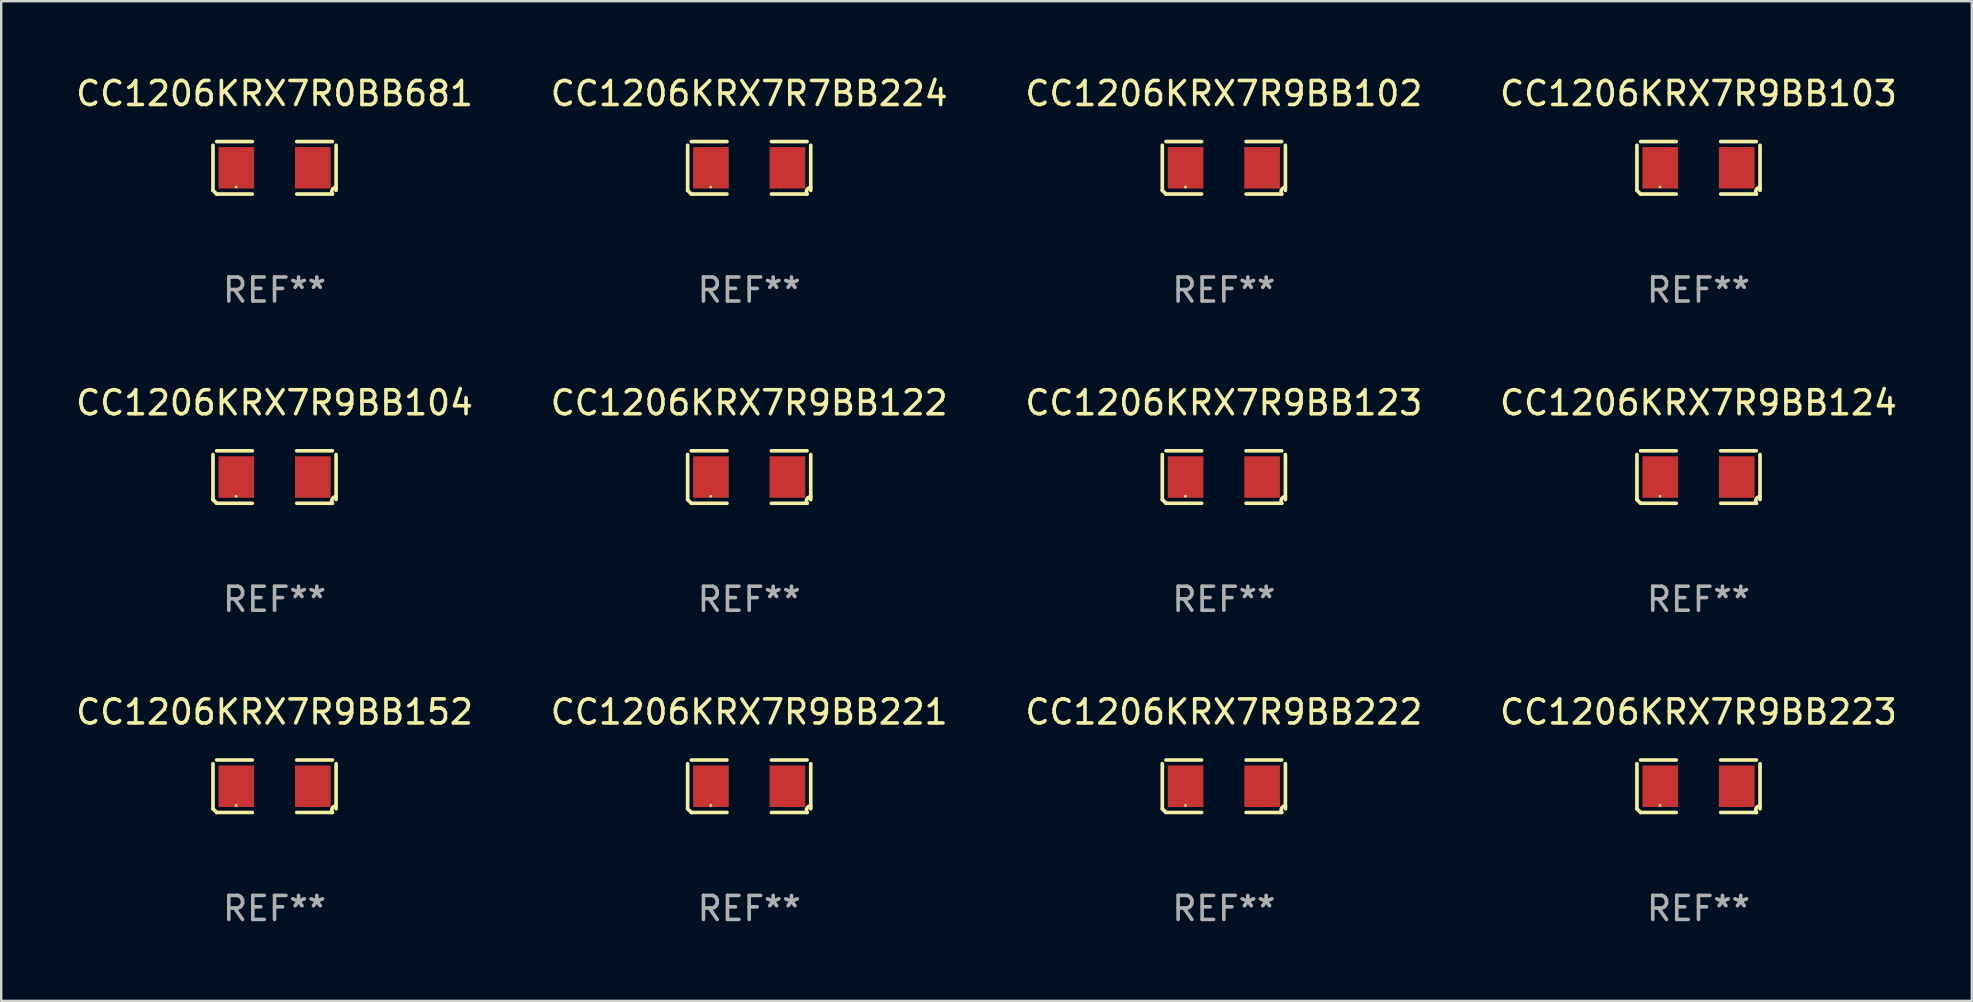
<source format=kicad_pcb>
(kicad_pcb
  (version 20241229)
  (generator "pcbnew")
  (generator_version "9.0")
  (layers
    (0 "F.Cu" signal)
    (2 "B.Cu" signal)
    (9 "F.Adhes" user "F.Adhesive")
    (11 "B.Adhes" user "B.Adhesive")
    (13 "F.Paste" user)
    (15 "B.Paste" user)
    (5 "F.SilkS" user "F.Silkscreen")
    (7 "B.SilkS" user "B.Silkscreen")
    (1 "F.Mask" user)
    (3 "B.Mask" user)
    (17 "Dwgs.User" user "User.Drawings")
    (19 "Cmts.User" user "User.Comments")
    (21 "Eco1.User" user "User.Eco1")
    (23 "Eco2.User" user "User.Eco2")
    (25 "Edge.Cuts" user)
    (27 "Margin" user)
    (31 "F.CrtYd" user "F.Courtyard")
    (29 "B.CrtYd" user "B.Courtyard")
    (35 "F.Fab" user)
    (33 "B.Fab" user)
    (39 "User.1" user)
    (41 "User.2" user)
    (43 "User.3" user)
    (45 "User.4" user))
  (footprint "CC1206KRX7R0BB681"
    (layer "F.Cu")
    (at 8.387 3.941)
    (property "Reference" "CC1206KRX7R0BB681" (at 0 -3.093 0) (layer "F.SilkS") (effects (font (size 1 1) (thickness 0.15))))
    (attr through_hole)
    (fp_line (start -2.564 0.94) (end -2.564 -0.94) (stroke (width 0.152) (type solid)) (layer "F.SilkS"))
    (fp_line (start -2.411 -1.093) (end -0.926 -1.093) (stroke (width 0.152) (type solid)) (layer "F.SilkS"))
    (fp_line (start -0.926 1.093) (end -2.411 1.093) (stroke (width 0.152) (type solid)) (layer "F.SilkS"))
    (fp_line (start 0.926 1.093) (end 2.411 1.093) (stroke (width 0.152) (type solid)) (layer "F.SilkS"))
    (fp_line (start 2.411 -1.093) (end 0.926 -1.093) (stroke (width 0.152) (type solid)) (layer "F.SilkS"))
    (fp_line (start 2.564 0.94) (end 2.564 -0.94) (stroke (width 0.152) (type solid)) (layer "F.SilkS"))
    (fp_arc (start -2.411201 1.092609) (mid -2.487413 1.01642) (end -2.563602 0.940208) (stroke (width 0.1524) (type solid)) (layer "F.SilkS"))
    (fp_arc (start 2.411201 1.092609) (mid 2.407159 0.911226) (end 2.563602 0.819347) (stroke (width 0.1524) (type solid)) (layer "F.SilkS"))
    (fp_circle (center -1.6 0.8) (end -1.57 0.8) (stroke (width 0.06) (type solid)) (fill no) (layer "F.SilkS"))
    (fp_text user "REF**" (at 0 5.093 0) (layer "F.Fab") (effects (font (size 1 1) (thickness 0.15))))
    (pad "1" smd rect (at -1.593 0) (size 1.485 1.728) (layers "F.Cu" "F.Mask" "F.Paste"))
    (pad "2" smd rect (at 1.593 0) (size 1.485 1.728) (layers "F.Cu" "F.Mask" "F.Paste")))
  (footprint "CC1206KRX7R9BB123"
    (layer "F.Cu")
    (at 47.935 16.823)
    (property "Reference" "CC1206KRX7R9BB123" (at 0 -3.093 0) (layer "F.SilkS") (effects (font (size 1 1) (thickness 0.15))))
    (attr through_hole)
    (fp_line (start -2.564 0.94) (end -2.564 -0.94) (stroke (width 0.152) (type solid)) (layer "F.SilkS"))
    (fp_line (start -2.411 -1.093) (end -0.926 -1.093) (stroke (width 0.152) (type solid)) (layer "F.SilkS"))
    (fp_line (start -0.926 1.093) (end -2.411 1.093) (stroke (width 0.152) (type solid)) (layer "F.SilkS"))
    (fp_line (start 0.926 1.093) (end 2.411 1.093) (stroke (width 0.152) (type solid)) (layer "F.SilkS"))
    (fp_line (start 2.411 -1.093) (end 0.926 -1.093) (stroke (width 0.152) (type solid)) (layer "F.SilkS"))
    (fp_line (start 2.564 0.94) (end 2.564 -0.94) (stroke (width 0.152) (type solid)) (layer "F.SilkS"))
    (fp_arc (start -2.411201 1.092609) (mid -2.487413 1.01642) (end -2.563602 0.940208) (stroke (width 0.1524) (type solid)) (layer "F.SilkS"))
    (fp_arc (start 2.411201 1.092609) (mid 2.407159 0.911226) (end 2.563602 0.819347) (stroke (width 0.1524) (type solid)) (layer "F.SilkS"))
    (fp_circle (center -1.6 0.8) (end -1.57 0.8) (stroke (width 0.06) (type solid)) (fill no) (layer "F.SilkS"))
    (fp_text user "REF**" (at 0 5.093 0) (layer "F.Fab") (effects (font (size 1 1) (thickness 0.15))))
    (pad "1" smd rect (at -1.593 0) (size 1.485 1.728) (layers "F.Cu" "F.Mask" "F.Paste"))
    (pad "2" smd rect (at 1.593 0) (size 1.485 1.728) (layers "F.Cu" "F.Mask" "F.Paste")))
  (footprint "CC1206KRX7R9BB152"
    (layer "F.Cu")
    (at 8.387 29.704)
    (property "Reference" "CC1206KRX7R9BB152" (at 0 -3.093 0) (layer "F.SilkS") (effects (font (size 1 1) (thickness 0.15))))
    (attr through_hole)
    (fp_line (start -2.564 0.94) (end -2.564 -0.94) (stroke (width 0.152) (type solid)) (layer "F.SilkS"))
    (fp_line (start -2.411 -1.093) (end -0.926 -1.093) (stroke (width 0.152) (type solid)) (layer "F.SilkS"))
    (fp_line (start -0.926 1.093) (end -2.411 1.093) (stroke (width 0.152) (type solid)) (layer "F.SilkS"))
    (fp_line (start 0.926 1.093) (end 2.411 1.093) (stroke (width 0.152) (type solid)) (layer "F.SilkS"))
    (fp_line (start 2.411 -1.093) (end 0.926 -1.093) (stroke (width 0.152) (type solid)) (layer "F.SilkS"))
    (fp_line (start 2.564 0.94) (end 2.564 -0.94) (stroke (width 0.152) (type solid)) (layer "F.SilkS"))
    (fp_arc (start -2.411201 1.092609) (mid -2.487413 1.01642) (end -2.563602 0.940208) (stroke (width 0.1524) (type solid)) (layer "F.SilkS"))
    (fp_arc (start 2.411201 1.092609) (mid 2.407159 0.911226) (end 2.563602 0.819347) (stroke (width 0.1524) (type solid)) (layer "F.SilkS"))
    (fp_circle (center -1.6 0.8) (end -1.57 0.8) (stroke (width 0.06) (type solid)) (fill no) (layer "F.SilkS"))
    (fp_text user "REF**" (at 0 5.093 0) (layer "F.Fab") (effects (font (size 1 1) (thickness 0.15))))
    (pad "1" smd rect (at -1.593 0) (size 1.485 1.728) (layers "F.Cu" "F.Mask" "F.Paste"))
    (pad "2" smd rect (at 1.593 0) (size 1.485 1.728) (layers "F.Cu" "F.Mask" "F.Paste")))
  (footprint "CC1206KRX7R9BB122"
    (layer "F.Cu")
    (at 28.161 16.823)
    (property "Reference" "CC1206KRX7R9BB122" (at 0 -3.093 0) (layer "F.SilkS") (effects (font (size 1 1) (thickness 0.15))))
    (attr through_hole)
    (fp_line (start -2.564 0.94) (end -2.564 -0.94) (stroke (width 0.152) (type solid)) (layer "F.SilkS"))
    (fp_line (start -2.411 -1.093) (end -0.926 -1.093) (stroke (width 0.152) (type solid)) (layer "F.SilkS"))
    (fp_line (start -0.926 1.093) (end -2.411 1.093) (stroke (width 0.152) (type solid)) (layer "F.SilkS"))
    (fp_line (start 0.926 1.093) (end 2.411 1.093) (stroke (width 0.152) (type solid)) (layer "F.SilkS"))
    (fp_line (start 2.411 -1.093) (end 0.926 -1.093) (stroke (width 0.152) (type solid)) (layer "F.SilkS"))
    (fp_line (start 2.564 0.94) (end 2.564 -0.94) (stroke (width 0.152) (type solid)) (layer "F.SilkS"))
    (fp_arc (start -2.411201 1.092609) (mid -2.487413 1.01642) (end -2.563602 0.940208) (stroke (width 0.1524) (type solid)) (layer "F.SilkS"))
    (fp_arc (start 2.411201 1.092609) (mid 2.407159 0.911226) (end 2.563602 0.819347) (stroke (width 0.1524) (type solid)) (layer "F.SilkS"))
    (fp_circle (center -1.6 0.8) (end -1.57 0.8) (stroke (width 0.06) (type solid)) (fill no) (layer "F.SilkS"))
    (fp_text user "REF**" (at 0 5.093 0) (layer "F.Fab") (effects (font (size 1 1) (thickness 0.15))))
    (pad "1" smd rect (at -1.593 0) (size 1.485 1.728) (layers "F.Cu" "F.Mask" "F.Paste"))
    (pad "2" smd rect (at 1.593 0) (size 1.485 1.728) (layers "F.Cu" "F.Mask" "F.Paste")))
  (footprint "CC1206KRX7R9BB102"
    (layer "F.Cu")
    (at 47.935 3.941)
    (property "Reference" "CC1206KRX7R9BB102" (at 0 -3.093 0) (layer "F.SilkS") (effects (font (size 1 1) (thickness 0.15))))
    (attr through_hole)
    (fp_line (start -2.564 0.94) (end -2.564 -0.94) (stroke (width 0.152) (type solid)) (layer "F.SilkS"))
    (fp_line (start -2.411 -1.093) (end -0.926 -1.093) (stroke (width 0.152) (type solid)) (layer "F.SilkS"))
    (fp_line (start -0.926 1.093) (end -2.411 1.093) (stroke (width 0.152) (type solid)) (layer "F.SilkS"))
    (fp_line (start 0.926 1.093) (end 2.411 1.093) (stroke (width 0.152) (type solid)) (layer "F.SilkS"))
    (fp_line (start 2.411 -1.093) (end 0.926 -1.093) (stroke (width 0.152) (type solid)) (layer "F.SilkS"))
    (fp_line (start 2.564 0.94) (end 2.564 -0.94) (stroke (width 0.152) (type solid)) (layer "F.SilkS"))
    (fp_arc (start -2.411201 1.092609) (mid -2.487413 1.01642) (end -2.563602 0.940208) (stroke (width 0.1524) (type solid)) (layer "F.SilkS"))
    (fp_arc (start 2.411201 1.092609) (mid 2.407159 0.911226) (end 2.563602 0.819347) (stroke (width 0.1524) (type solid)) (layer "F.SilkS"))
    (fp_circle (center -1.6 0.8) (end -1.57 0.8) (stroke (width 0.06) (type solid)) (fill no) (layer "F.SilkS"))
    (fp_text user "REF**" (at 0 5.093 0) (layer "F.Fab") (effects (font (size 1 1) (thickness 0.15))))
    (pad "1" smd rect (at -1.593 0) (size 1.485 1.728) (layers "F.Cu" "F.Mask" "F.Paste"))
    (pad "2" smd rect (at 1.593 0) (size 1.485 1.728) (layers "F.Cu" "F.Mask" "F.Paste")))
  (footprint "CC1206KRX7R9BB222"
    (layer "F.Cu")
    (at 47.935 29.704)
    (property "Reference" "CC1206KRX7R9BB222" (at 0 -3.093 0) (layer "F.SilkS") (effects (font (size 1 1) (thickness 0.15))))
    (attr through_hole)
    (fp_line (start -2.564 0.94) (end -2.564 -0.94) (stroke (width 0.152) (type solid)) (layer "F.SilkS"))
    (fp_line (start -2.411 -1.093) (end -0.926 -1.093) (stroke (width 0.152) (type solid)) (layer "F.SilkS"))
    (fp_line (start -0.926 1.093) (end -2.411 1.093) (stroke (width 0.152) (type solid)) (layer "F.SilkS"))
    (fp_line (start 0.926 1.093) (end 2.411 1.093) (stroke (width 0.152) (type solid)) (layer "F.SilkS"))
    (fp_line (start 2.411 -1.093) (end 0.926 -1.093) (stroke (width 0.152) (type solid)) (layer "F.SilkS"))
    (fp_line (start 2.564 0.94) (end 2.564 -0.94) (stroke (width 0.152) (type solid)) (layer "F.SilkS"))
    (fp_arc (start -2.411201 1.092609) (mid -2.487413 1.01642) (end -2.563602 0.940208) (stroke (width 0.1524) (type solid)) (layer "F.SilkS"))
    (fp_arc (start 2.411201 1.092609) (mid 2.407159 0.911226) (end 2.563602 0.819347) (stroke (width 0.1524) (type solid)) (layer "F.SilkS"))
    (fp_circle (center -1.6 0.8) (end -1.57 0.8) (stroke (width 0.06) (type solid)) (fill no) (layer "F.SilkS"))
    (fp_text user "REF**" (at 0 5.093 0) (layer "F.Fab") (effects (font (size 1 1) (thickness 0.15))))
    (pad "1" smd rect (at -1.593 0) (size 1.485 1.728) (layers "F.Cu" "F.Mask" "F.Paste"))
    (pad "2" smd rect (at 1.593 0) (size 1.485 1.728) (layers "F.Cu" "F.Mask" "F.Paste")))
  (footprint "CC1206KRX7R9BB124"
    (layer "F.Cu")
    (at 67.708 16.823)
    (property "Reference" "CC1206KRX7R9BB124" (at 0 -3.093 0) (layer "F.SilkS") (effects (font (size 1 1) (thickness 0.15))))
    (attr through_hole)
    (fp_line (start -2.564 0.94) (end -2.564 -0.94) (stroke (width 0.152) (type solid)) (layer "F.SilkS"))
    (fp_line (start -2.411 -1.093) (end -0.926 -1.093) (stroke (width 0.152) (type solid)) (layer "F.SilkS"))
    (fp_line (start -0.926 1.093) (end -2.411 1.093) (stroke (width 0.152) (type solid)) (layer "F.SilkS"))
    (fp_line (start 0.926 1.093) (end 2.411 1.093) (stroke (width 0.152) (type solid)) (layer "F.SilkS"))
    (fp_line (start 2.411 -1.093) (end 0.926 -1.093) (stroke (width 0.152) (type solid)) (layer "F.SilkS"))
    (fp_line (start 2.564 0.94) (end 2.564 -0.94) (stroke (width 0.152) (type solid)) (layer "F.SilkS"))
    (fp_arc (start -2.411201 1.092609) (mid -2.487413 1.01642) (end -2.563602 0.940208) (stroke (width 0.1524) (type solid)) (layer "F.SilkS"))
    (fp_arc (start 2.411201 1.092609) (mid 2.407159 0.911226) (end 2.563602 0.819347) (stroke (width 0.1524) (type solid)) (layer "F.SilkS"))
    (fp_circle (center -1.6 0.8) (end -1.57 0.8) (stroke (width 0.06) (type solid)) (fill no) (layer "F.SilkS"))
    (fp_text user "REF**" (at 0 5.093 0) (layer "F.Fab") (effects (font (size 1 1) (thickness 0.15))))
    (pad "1" smd rect (at -1.593 0) (size 1.485 1.728) (layers "F.Cu" "F.Mask" "F.Paste"))
    (pad "2" smd rect (at 1.593 0) (size 1.485 1.728) (layers "F.Cu" "F.Mask" "F.Paste")))
  (footprint "CC1206KRX7R9BB223"
    (layer "F.Cu")
    (at 67.708 29.704)
    (property "Reference" "CC1206KRX7R9BB223" (at 0 -3.093 0) (layer "F.SilkS") (effects (font (size 1 1) (thickness 0.15))))
    (attr through_hole)
    (fp_line (start -2.564 0.94) (end -2.564 -0.94) (stroke (width 0.152) (type solid)) (layer "F.SilkS"))
    (fp_line (start -2.411 -1.093) (end -0.926 -1.093) (stroke (width 0.152) (type solid)) (layer "F.SilkS"))
    (fp_line (start -0.926 1.093) (end -2.411 1.093) (stroke (width 0.152) (type solid)) (layer "F.SilkS"))
    (fp_line (start 0.926 1.093) (end 2.411 1.093) (stroke (width 0.152) (type solid)) (layer "F.SilkS"))
    (fp_line (start 2.411 -1.093) (end 0.926 -1.093) (stroke (width 0.152) (type solid)) (layer "F.SilkS"))
    (fp_line (start 2.564 0.94) (end 2.564 -0.94) (stroke (width 0.152) (type solid)) (layer "F.SilkS"))
    (fp_arc (start -2.411201 1.092609) (mid -2.487413 1.01642) (end -2.563602 0.940208) (stroke (width 0.1524) (type solid)) (layer "F.SilkS"))
    (fp_arc (start 2.411201 1.092609) (mid 2.407159 0.911226) (end 2.563602 0.819347) (stroke (width 0.1524) (type solid)) (layer "F.SilkS"))
    (fp_circle (center -1.6 0.8) (end -1.57 0.8) (stroke (width 0.06) (type solid)) (fill no) (layer "F.SilkS"))
    (fp_text user "REF**" (at 0 5.093 0) (layer "F.Fab") (effects (font (size 1 1) (thickness 0.15))))
    (pad "1" smd rect (at -1.593 0) (size 1.485 1.728) (layers "F.Cu" "F.Mask" "F.Paste"))
    (pad "2" smd rect (at 1.593 0) (size 1.485 1.728) (layers "F.Cu" "F.Mask" "F.Paste")))
  (footprint "CC1206KRX7R9BB104"
    (layer "F.Cu")
    (at 8.387 16.823)
    (property "Reference" "CC1206KRX7R9BB104" (at 0 -3.093 0) (layer "F.SilkS") (effects (font (size 1 1) (thickness 0.15))))
    (attr through_hole)
    (fp_line (start -2.564 0.94) (end -2.564 -0.94) (stroke (width 0.152) (type solid)) (layer "F.SilkS"))
    (fp_line (start -2.411 -1.093) (end -0.926 -1.093) (stroke (width 0.152) (type solid)) (layer "F.SilkS"))
    (fp_line (start -0.926 1.093) (end -2.411 1.093) (stroke (width 0.152) (type solid)) (layer "F.SilkS"))
    (fp_line (start 0.926 1.093) (end 2.411 1.093) (stroke (width 0.152) (type solid)) (layer "F.SilkS"))
    (fp_line (start 2.411 -1.093) (end 0.926 -1.093) (stroke (width 0.152) (type solid)) (layer "F.SilkS"))
    (fp_line (start 2.564 0.94) (end 2.564 -0.94) (stroke (width 0.152) (type solid)) (layer "F.SilkS"))
    (fp_arc (start -2.411201 1.092609) (mid -2.487413 1.01642) (end -2.563602 0.940208) (stroke (width 0.1524) (type solid)) (layer "F.SilkS"))
    (fp_arc (start 2.411201 1.092609) (mid 2.407159 0.911226) (end 2.563602 0.819347) (stroke (width 0.1524) (type solid)) (layer "F.SilkS"))
    (fp_circle (center -1.6 0.8) (end -1.57 0.8) (stroke (width 0.06) (type solid)) (fill no) (layer "F.SilkS"))
    (fp_text user "REF**" (at 0 5.093 0) (layer "F.Fab") (effects (font (size 1 1) (thickness 0.15))))
    (pad "1" smd rect (at -1.593 0) (size 1.485 1.728) (layers "F.Cu" "F.Mask" "F.Paste"))
    (pad "2" smd rect (at 1.593 0) (size 1.485 1.728) (layers "F.Cu" "F.Mask" "F.Paste")))
  (footprint "CC1206KRX7R9BB221"
    (layer "F.Cu")
    (at 28.161 29.704)
    (property "Reference" "CC1206KRX7R9BB221" (at 0 -3.093 0) (layer "F.SilkS") (effects (font (size 1 1) (thickness 0.15))))
    (attr through_hole)
    (fp_line (start -2.564 0.94) (end -2.564 -0.94) (stroke (width 0.152) (type solid)) (layer "F.SilkS"))
    (fp_line (start -2.411 -1.093) (end -0.926 -1.093) (stroke (width 0.152) (type solid)) (layer "F.SilkS"))
    (fp_line (start -0.926 1.093) (end -2.411 1.093) (stroke (width 0.152) (type solid)) (layer "F.SilkS"))
    (fp_line (start 0.926 1.093) (end 2.411 1.093) (stroke (width 0.152) (type solid)) (layer "F.SilkS"))
    (fp_line (start 2.411 -1.093) (end 0.926 -1.093) (stroke (width 0.152) (type solid)) (layer "F.SilkS"))
    (fp_line (start 2.564 0.94) (end 2.564 -0.94) (stroke (width 0.152) (type solid)) (layer "F.SilkS"))
    (fp_arc (start -2.411201 1.092609) (mid -2.487413 1.01642) (end -2.563602 0.940208) (stroke (width 0.1524) (type solid)) (layer "F.SilkS"))
    (fp_arc (start 2.411201 1.092609) (mid 2.407159 0.911226) (end 2.563602 0.819347) (stroke (width 0.1524) (type solid)) (layer "F.SilkS"))
    (fp_circle (center -1.6 0.8) (end -1.57 0.8) (stroke (width 0.06) (type solid)) (fill no) (layer "F.SilkS"))
    (fp_text user "REF**" (at 0 5.093 0) (layer "F.Fab") (effects (font (size 1 1) (thickness 0.15))))
    (pad "1" smd rect (at -1.593 0) (size 1.485 1.728) (layers "F.Cu" "F.Mask" "F.Paste"))
    (pad "2" smd rect (at 1.593 0) (size 1.485 1.728) (layers "F.Cu" "F.Mask" "F.Paste")))
  (footprint "CC1206KRX7R9BB103"
    (layer "F.Cu")
    (at 67.708 3.941)
    (property "Reference" "CC1206KRX7R9BB103" (at 0 -3.093 0) (layer "F.SilkS") (effects (font (size 1 1) (thickness 0.15))))
    (attr through_hole)
    (fp_line (start -2.564 0.94) (end -2.564 -0.94) (stroke (width 0.152) (type solid)) (layer "F.SilkS"))
    (fp_line (start -2.411 -1.093) (end -0.926 -1.093) (stroke (width 0.152) (type solid)) (layer "F.SilkS"))
    (fp_line (start -0.926 1.093) (end -2.411 1.093) (stroke (width 0.152) (type solid)) (layer "F.SilkS"))
    (fp_line (start 0.926 1.093) (end 2.411 1.093) (stroke (width 0.152) (type solid)) (layer "F.SilkS"))
    (fp_line (start 2.411 -1.093) (end 0.926 -1.093) (stroke (width 0.152) (type solid)) (layer "F.SilkS"))
    (fp_line (start 2.564 0.94) (end 2.564 -0.94) (stroke (width 0.152) (type solid)) (layer "F.SilkS"))
    (fp_arc (start -2.411201 1.092609) (mid -2.487413 1.01642) (end -2.563602 0.940208) (stroke (width 0.1524) (type solid)) (layer "F.SilkS"))
    (fp_arc (start 2.411201 1.092609) (mid 2.407159 0.911226) (end 2.563602 0.819347) (stroke (width 0.1524) (type solid)) (layer "F.SilkS"))
    (fp_circle (center -1.6 0.8) (end -1.57 0.8) (stroke (width 0.06) (type solid)) (fill no) (layer "F.SilkS"))
    (fp_text user "REF**" (at 0 5.093 0) (layer "F.Fab") (effects (font (size 1 1) (thickness 0.15))))
    (pad "1" smd rect (at -1.593 0) (size 1.485 1.728) (layers "F.Cu" "F.Mask" "F.Paste"))
    (pad "2" smd rect (at 1.593 0) (size 1.485 1.728) (layers "F.Cu" "F.Mask" "F.Paste")))
  (footprint "CC1206KRX7R7BB224"
    (layer "F.Cu")
    (at 28.161 3.941)
    (property "Reference" "CC1206KRX7R7BB224" (at 0 -3.093 0) (layer "F.SilkS") (effects (font (size 1 1) (thickness 0.15))))
    (attr through_hole)
    (fp_line (start -2.564 0.94) (end -2.564 -0.94) (stroke (width 0.152) (type solid)) (layer "F.SilkS"))
    (fp_line (start -2.411 -1.093) (end -0.926 -1.093) (stroke (width 0.152) (type solid)) (layer "F.SilkS"))
    (fp_line (start -0.926 1.093) (end -2.411 1.093) (stroke (width 0.152) (type solid)) (layer "F.SilkS"))
    (fp_line (start 0.926 1.093) (end 2.411 1.093) (stroke (width 0.152) (type solid)) (layer "F.SilkS"))
    (fp_line (start 2.411 -1.093) (end 0.926 -1.093) (stroke (width 0.152) (type solid)) (layer "F.SilkS"))
    (fp_line (start 2.564 0.94) (end 2.564 -0.94) (stroke (width 0.152) (type solid)) (layer "F.SilkS"))
    (fp_arc (start -2.411201 1.092609) (mid -2.487413 1.01642) (end -2.563602 0.940208) (stroke (width 0.1524) (type solid)) (layer "F.SilkS"))
    (fp_arc (start 2.411201 1.092609) (mid 2.407159 0.911226) (end 2.563602 0.819347) (stroke (width 0.1524) (type solid)) (layer "F.SilkS"))
    (fp_circle (center -1.6 0.8) (end -1.57 0.8) (stroke (width 0.06) (type solid)) (fill no) (layer "F.SilkS"))
    (fp_text user "REF**" (at 0 5.093 0) (layer "F.Fab") (effects (font (size 1 1) (thickness 0.15))))
    (pad "1" smd rect (at -1.593 0) (size 1.485 1.728) (layers "F.Cu" "F.Mask" "F.Paste"))
    (pad "2" smd rect (at 1.593 0) (size 1.485 1.728) (layers "F.Cu" "F.Mask" "F.Paste")))
  (gr_rect
    (start -3 -3)
    (end 79.095 38.645)
    (stroke (width 0.1) (type default))
    (fill no)
    (layer "Edge.Cuts")))
</source>
